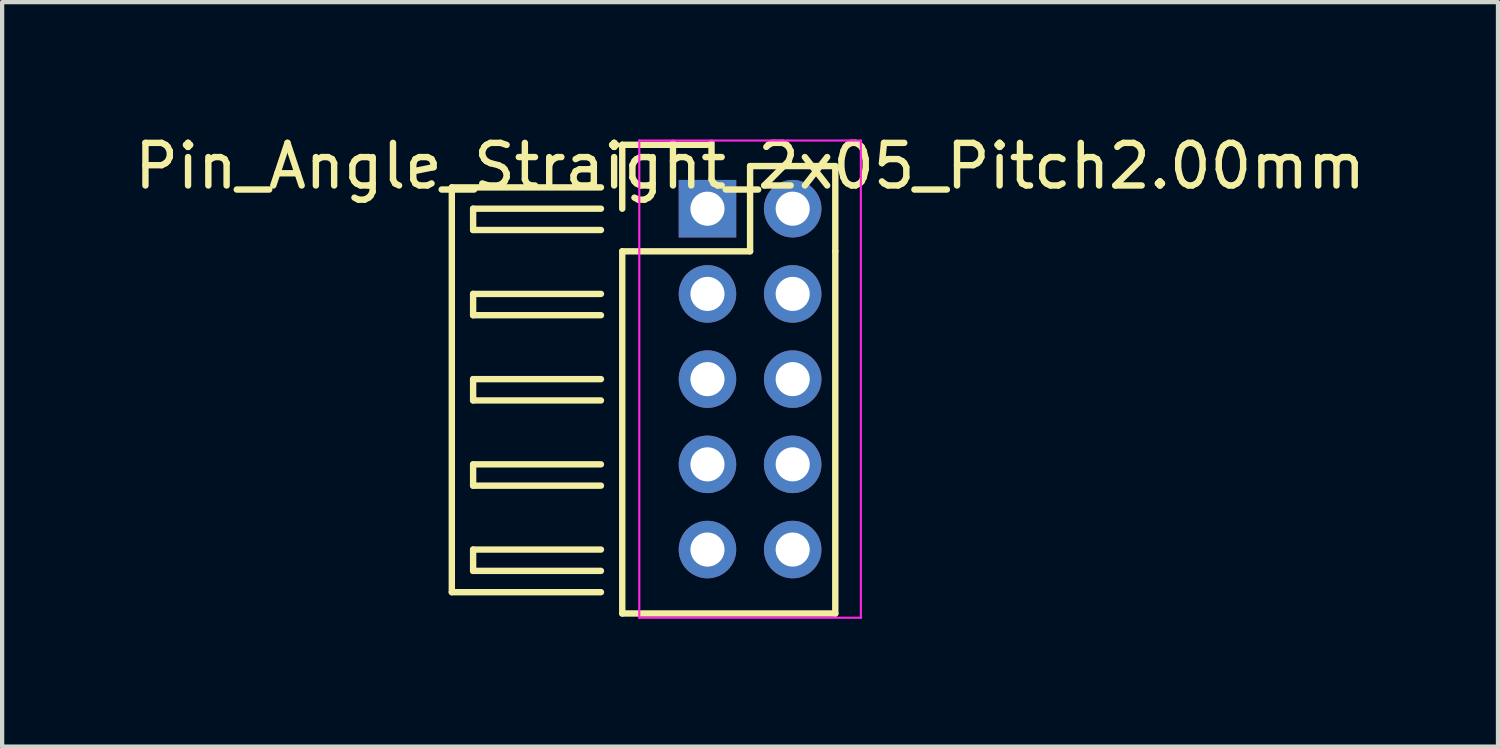
<source format=kicad_pcb>
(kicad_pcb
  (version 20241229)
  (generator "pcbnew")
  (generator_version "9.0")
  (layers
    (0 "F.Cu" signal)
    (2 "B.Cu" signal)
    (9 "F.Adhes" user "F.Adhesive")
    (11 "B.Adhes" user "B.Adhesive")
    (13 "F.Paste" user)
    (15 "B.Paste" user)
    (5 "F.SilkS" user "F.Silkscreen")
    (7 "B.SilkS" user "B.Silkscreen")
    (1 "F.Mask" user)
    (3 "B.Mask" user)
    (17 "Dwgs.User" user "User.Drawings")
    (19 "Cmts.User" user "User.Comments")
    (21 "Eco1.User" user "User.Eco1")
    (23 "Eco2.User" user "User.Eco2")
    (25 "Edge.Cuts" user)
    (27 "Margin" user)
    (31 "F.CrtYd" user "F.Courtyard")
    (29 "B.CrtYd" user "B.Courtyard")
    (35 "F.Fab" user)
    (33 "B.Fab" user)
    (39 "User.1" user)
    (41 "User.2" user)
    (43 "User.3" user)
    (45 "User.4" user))
  (footprint "Pin_Angle_Straight_2x05_Pitch2.00mm"
    (layer "F.Cu")
    (at 13.554 5.848)
    (property "Reference" "Pin_Angle_Straight_2x05_Pitch2.00mm" (at 1 -5 0) (layer "F.SilkS") (effects (font (size 1 1) (thickness 0.15))))
    (attr through_hole)
    (fp_line (start -6 -4.5) (end -6 5) (stroke (width 0.15) (type solid)) (layer "F.SilkS"))
    (fp_line (start -5.5 -3.5) (end -5.5 -4) (stroke (width 0.15) (type solid)) (layer "F.SilkS"))
    (fp_line (start -5.5 -1.5) (end -5.5 -2) (stroke (width 0.15) (type solid)) (layer "F.SilkS"))
    (fp_line (start -5.5 0) (end -5.5 0.5) (stroke (width 0.15) (type solid)) (layer "F.SilkS"))
    (fp_line (start -5.5 2) (end -5.5 2.5) (stroke (width 0.15) (type solid)) (layer "F.SilkS"))
    (fp_line (start -5.5 4.5) (end -5.5 4) (stroke (width 0.15) (type solid)) (layer "F.SilkS"))
    (fp_line (start -2.5 -4.5) (end -6 -4.5) (stroke (width 0.15) (type solid)) (layer "F.SilkS"))
    (fp_line (start -2.5 -4) (end -5.5 -4) (stroke (width 0.15) (type solid)) (layer "F.SilkS"))
    (fp_line (start -2.5 -3.5) (end -5.5 -3.5) (stroke (width 0.15) (type solid)) (layer "F.SilkS"))
    (fp_line (start -2.5 -2) (end -5.5 -2) (stroke (width 0.15) (type solid)) (layer "F.SilkS"))
    (fp_line (start -2.5 -1.5) (end -5.5 -1.5) (stroke (width 0.15) (type solid)) (layer "F.SilkS"))
    (fp_line (start -2.5 0) (end -5.5 0) (stroke (width 0.15) (type solid)) (layer "F.SilkS"))
    (fp_line (start -2.5 0.5) (end -5.5 0.5) (stroke (width 0.15) (type solid)) (layer "F.SilkS"))
    (fp_line (start -2.5 2) (end -5.5 2) (stroke (width 0.15) (type solid)) (layer "F.SilkS"))
    (fp_line (start -2.5 2.5) (end -5.5 2.5) (stroke (width 0.15) (type solid)) (layer "F.SilkS"))
    (fp_line (start -2.5 4) (end -5.5 4) (stroke (width 0.15) (type solid)) (layer "F.SilkS"))
    (fp_line (start -2.5 4.5) (end -5.5 4.5) (stroke (width 0.15) (type solid)) (layer "F.SilkS"))
    (fp_line (start -2.5 5) (end -6 5) (stroke (width 0.15) (type solid)) (layer "F.SilkS"))
    (fp_line (start -2 -5.5) (end 0 -5.5) (stroke (width 0.15) (type solid)) (layer "F.SilkS"))
    (fp_line (start -2 -4) (end -2 -5.5) (stroke (width 0.15) (type solid)) (layer "F.SilkS"))
    (fp_line (start -2 -3) (end 1 -3) (stroke (width 0.15) (type solid)) (layer "F.SilkS"))
    (fp_line (start -2 5.5) (end -2 -3) (stroke (width 0.15) (type solid)) (layer "F.SilkS"))
    (fp_line (start 1 -5) (end 3 -5) (stroke (width 0.15) (type solid)) (layer "F.SilkS"))
    (fp_line (start 1 -3) (end 1 -5) (stroke (width 0.15) (type solid)) (layer "F.SilkS"))
    (fp_line (start 3 -5) (end 3 -3) (stroke (width 0.15) (type solid)) (layer "F.SilkS"))
    (fp_line (start 3 -3) (end 3 5.5) (stroke (width 0.15) (type solid)) (layer "F.SilkS"))
    (fp_line (start 3 5.5) (end -2 5.5) (stroke (width 0.15) (type solid)) (layer "F.SilkS"))
    (fp_line (start -1.6 -5.6) (end 3.6 -5.6) (stroke (width 0.05) (type solid)) (layer "F.CrtYd"))
    (fp_line (start -1.6 5.6) (end -1.6 -5.6) (stroke (width 0.05) (type solid)) (layer "F.CrtYd"))
    (fp_line (start 3.6 -5.6) (end 3.6 5.6) (stroke (width 0.05) (type solid)) (layer "F.CrtYd"))
    (fp_line (start 3.6 5.6) (end -1.6 5.6) (stroke (width 0.05) (type solid)) (layer "F.CrtYd"))
    (pad "1" thru_hole rect (at 0 -4) (size 1.35 1.35) (drill 0.8) (layers "*.Cu" "*.Mask"))
    (pad "2" thru_hole circle (at 2 -4) (size 1.35 1.35) (drill 0.8) (layers "*.Cu" "*.Mask"))
    (pad "3" thru_hole circle (at 0 -2) (size 1.35 1.35) (drill 0.8) (layers "*.Cu" "*.Mask"))
    (pad "4" thru_hole circle (at 2 -2) (size 1.35 1.35) (drill 0.8) (layers "*.Cu" "*.Mask"))
    (pad "5" thru_hole circle (at 0 0) (size 1.35 1.35) (drill 0.8) (layers "*.Cu" "*.Mask"))
    (pad "6" thru_hole circle (at 2 0) (size 1.35 1.35) (drill 0.8) (layers "*.Cu" "*.Mask"))
    (pad "7" thru_hole circle (at 0 2) (size 1.35 1.35) (drill 0.8) (layers "*.Cu" "*.Mask"))
    (pad "8" thru_hole circle (at 2 2) (size 1.35 1.35) (drill 0.8) (layers "*.Cu" "*.Mask"))
    (pad "9" thru_hole circle (at 0 4) (size 1.35 1.35) (drill 0.8) (layers "*.Cu" "*.Mask"))
    (pad "10" thru_hole circle (at 2 4) (size 1.35 1.35) (drill 0.8) (layers "*.Cu" "*.Mask")))
  (gr_rect
    (start -3 -3)
    (end 32.107 14.473)
    (stroke (width 0.1) (type default))
    (fill no)
    (layer "Edge.Cuts")))
</source>
